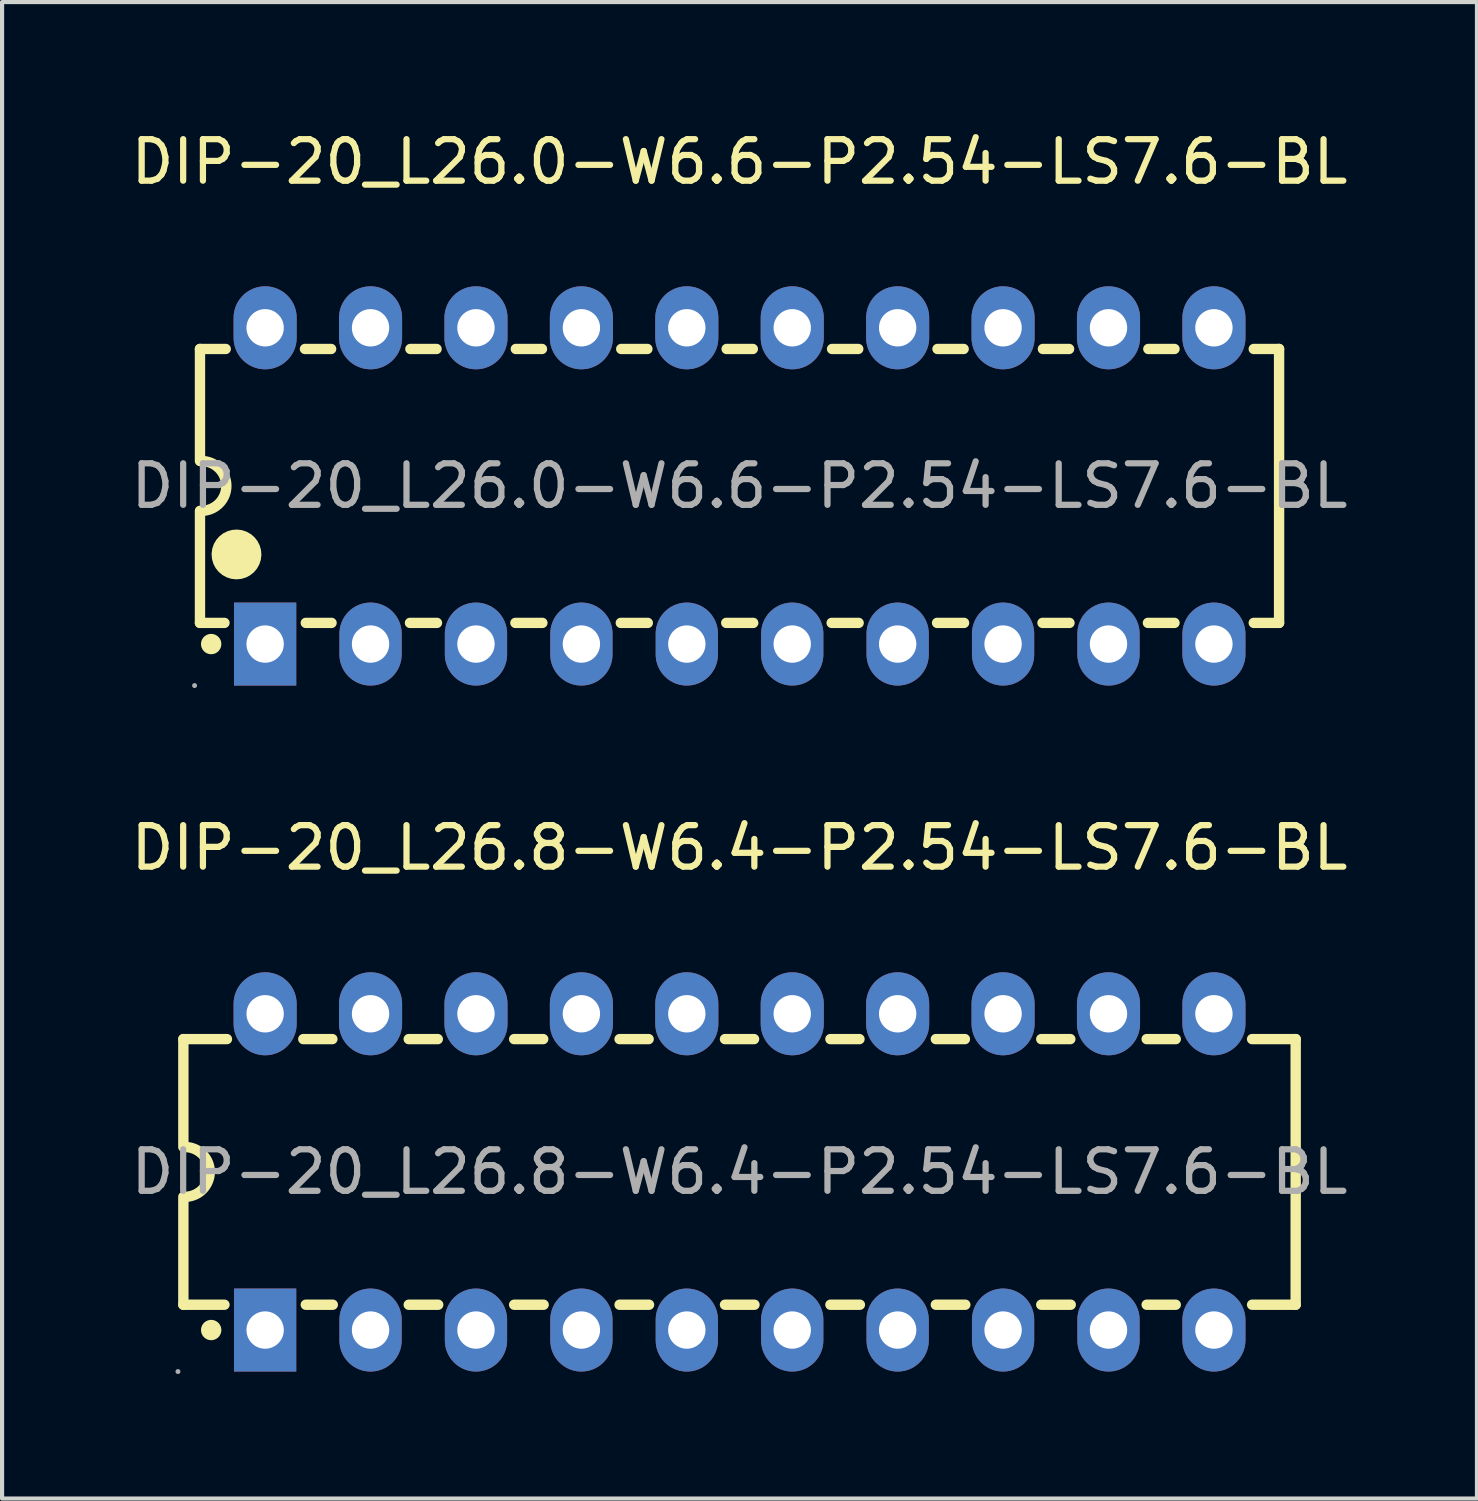
<source format=kicad_pcb>
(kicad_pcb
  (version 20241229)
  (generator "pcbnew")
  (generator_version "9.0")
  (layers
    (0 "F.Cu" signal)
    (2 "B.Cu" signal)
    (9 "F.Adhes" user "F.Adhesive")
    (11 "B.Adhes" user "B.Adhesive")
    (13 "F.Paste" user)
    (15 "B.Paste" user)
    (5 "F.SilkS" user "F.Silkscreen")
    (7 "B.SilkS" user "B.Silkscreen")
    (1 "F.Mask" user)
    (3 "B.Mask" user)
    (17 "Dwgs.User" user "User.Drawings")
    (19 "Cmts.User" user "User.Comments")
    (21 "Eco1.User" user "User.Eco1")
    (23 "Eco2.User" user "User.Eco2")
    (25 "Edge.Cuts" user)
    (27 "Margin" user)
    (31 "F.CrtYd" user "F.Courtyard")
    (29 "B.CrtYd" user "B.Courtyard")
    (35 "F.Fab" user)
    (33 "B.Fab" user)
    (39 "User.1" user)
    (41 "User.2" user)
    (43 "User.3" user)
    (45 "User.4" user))
  (footprint "DIP-20_L26.8-W6.4-P2.54-LS7.6-BL"
    (layer "F.Cu")
    (at 14.768 25.186)
    (property "Reference" "DIP-20_L26.8-W6.4-P2.54-LS7.6-BL" (at 0 -7.81 0) (layer "F.SilkS") (effects (font (size 1 1) (thickness 0.15))))
    (attr through_hole)
    (fp_line (start -13.4 -3.2) (end -12.35 -3.2) (stroke (width 0.25) (type solid)) (layer "F.SilkS"))
    (fp_line (start -13.4 -0.6) (end -13.4 -3.2) (stroke (width 0.25) (type solid)) (layer "F.SilkS"))
    (fp_line (start -13.4 3.2) (end -13.4 0.6) (stroke (width 0.25) (type solid)) (layer "F.SilkS"))
    (fp_line (start -13.4 3.2) (end -12.41 3.2) (stroke (width 0.25) (type solid)) (layer "F.SilkS"))
    (fp_line (start -10.51 -3.2) (end -9.81 -3.2) (stroke (width 0.25) (type solid)) (layer "F.SilkS"))
    (fp_line (start -10.45 3.2) (end -9.8 3.2) (stroke (width 0.25) (type solid)) (layer "F.SilkS"))
    (fp_line (start -7.97 -3.2) (end -7.27 -3.2) (stroke (width 0.25) (type solid)) (layer "F.SilkS"))
    (fp_line (start -7.97 3.2) (end -7.26 3.2) (stroke (width 0.25) (type solid)) (layer "F.SilkS"))
    (fp_line (start -5.43 -3.2) (end -4.73 -3.2) (stroke (width 0.25) (type solid)) (layer "F.SilkS"))
    (fp_line (start -5.43 3.2) (end -4.72 3.2) (stroke (width 0.25) (type solid)) (layer "F.SilkS"))
    (fp_line (start -2.89 -3.2) (end -2.19 -3.2) (stroke (width 0.25) (type solid)) (layer "F.SilkS"))
    (fp_line (start -2.89 3.2) (end -2.18 3.2) (stroke (width 0.25) (type solid)) (layer "F.SilkS"))
    (fp_line (start -0.35 -3.2) (end 0.35 -3.2) (stroke (width 0.25) (type solid)) (layer "F.SilkS"))
    (fp_line (start -0.35 3.2) (end 0.36 3.2) (stroke (width 0.25) (type solid)) (layer "F.SilkS"))
    (fp_line (start 2.19 -3.2) (end 2.89 -3.2) (stroke (width 0.25) (type solid)) (layer "F.SilkS"))
    (fp_line (start 2.19 3.2) (end 2.9 3.2) (stroke (width 0.25) (type solid)) (layer "F.SilkS"))
    (fp_line (start 4.73 -3.2) (end 5.43 -3.2) (stroke (width 0.25) (type solid)) (layer "F.SilkS"))
    (fp_line (start 4.73 3.2) (end 5.44 3.2) (stroke (width 0.25) (type solid)) (layer "F.SilkS"))
    (fp_line (start 7.27 -3.2) (end 7.97 -3.2) (stroke (width 0.25) (type solid)) (layer "F.SilkS"))
    (fp_line (start 7.27 3.2) (end 7.98 3.2) (stroke (width 0.25) (type solid)) (layer "F.SilkS"))
    (fp_line (start 9.81 -3.2) (end 10.51 -3.2) (stroke (width 0.25) (type solid)) (layer "F.SilkS"))
    (fp_line (start 9.81 3.2) (end 10.51 3.2) (stroke (width 0.25) (type solid)) (layer "F.SilkS"))
    (fp_line (start 12.35 -3.2) (end 13.4 -3.2) (stroke (width 0.25) (type solid)) (layer "F.SilkS"))
    (fp_line (start 12.35 3.2) (end 13.4 3.2) (stroke (width 0.25) (type solid)) (layer "F.SilkS"))
    (fp_line (start 13.4 -3.2) (end 13.4 3.2) (stroke (width 0.25) (type solid)) (layer "F.SilkS"))
    (fp_arc (start -13.37 -0.6) (mid -12.76 -0.01) (end -13.35 0.6) (stroke (width 0.25) (type solid)) (layer "F.SilkS"))
    (fp_arc (start -12.85 3.8) (mid -12.609687 3.814987) (end -12.850416 3.810034) (stroke (width 0.25) (type solid)) (layer "F.SilkS"))
    (fp_circle (center -13.53 4.81) (end -13.5 4.81) (stroke (width 0.06) (type solid)) (fill no) (layer "F.Fab"))
    (fp_circle (center -11.43 -3.81) (end -11.25 -3.81) (stroke (width 0.35) (type solid)) (fill no) (layer "F.Fab"))
    (fp_circle (center -11.43 3.81) (end -11.25 3.81) (stroke (width 0.35) (type solid)) (fill no) (layer "F.Fab"))
    (fp_circle (center -8.89 -3.81) (end -8.71 -3.81) (stroke (width 0.35) (type solid)) (fill no) (layer "F.Fab"))
    (fp_circle (center -8.89 3.81) (end -8.71 3.81) (stroke (width 0.35) (type solid)) (fill no) (layer "F.Fab"))
    (fp_circle (center -6.35 -3.81) (end -6.17 -3.81) (stroke (width 0.35) (type solid)) (fill no) (layer "F.Fab"))
    (fp_circle (center -6.35 3.81) (end -6.17 3.81) (stroke (width 0.35) (type solid)) (fill no) (layer "F.Fab"))
    (fp_circle (center -3.81 -3.81) (end -3.63 -3.81) (stroke (width 0.35) (type solid)) (fill no) (layer "F.Fab"))
    (fp_circle (center -3.81 3.81) (end -3.63 3.81) (stroke (width 0.35) (type solid)) (fill no) (layer "F.Fab"))
    (fp_circle (center -1.27 -3.81) (end -1.09 -3.81) (stroke (width 0.35) (type solid)) (fill no) (layer "F.Fab"))
    (fp_circle (center -1.27 3.81) (end -1.09 3.81) (stroke (width 0.35) (type solid)) (fill no) (layer "F.Fab"))
    (fp_circle (center 1.27 -3.81) (end 1.45 -3.81) (stroke (width 0.35) (type solid)) (fill no) (layer "F.Fab"))
    (fp_circle (center 1.27 3.81) (end 1.45 3.81) (stroke (width 0.35) (type solid)) (fill no) (layer "F.Fab"))
    (fp_circle (center 3.81 -3.81) (end 3.99 -3.81) (stroke (width 0.35) (type solid)) (fill no) (layer "F.Fab"))
    (fp_circle (center 3.81 3.81) (end 3.99 3.81) (stroke (width 0.35) (type solid)) (fill no) (layer "F.Fab"))
    (fp_circle (center 6.35 -3.81) (end 6.53 -3.81) (stroke (width 0.35) (type solid)) (fill no) (layer "F.Fab"))
    (fp_circle (center 6.35 3.81) (end 6.53 3.81) (stroke (width 0.35) (type solid)) (fill no) (layer "F.Fab"))
    (fp_circle (center 8.89 -3.81) (end 9.07 -3.81) (stroke (width 0.35) (type solid)) (fill no) (layer "F.Fab"))
    (fp_circle (center 8.89 3.81) (end 9.07 3.81) (stroke (width 0.35) (type solid)) (fill no) (layer "F.Fab"))
    (fp_circle (center 11.43 -3.81) (end 11.61 -3.81) (stroke (width 0.35) (type solid)) (fill no) (layer "F.Fab"))
    (fp_circle (center 11.43 3.81) (end 11.61 3.81) (stroke (width 0.35) (type solid)) (fill no) (layer "F.Fab"))
    (fp_text user "${REFERENCE}" (at 0 0 0) (layer "F.Fab") (effects (font (size 1 1) (thickness 0.15))))
    (pad "1" thru_hole rect (at -11.43 3.81 90) (size 2 1.5) (drill 0.9) (layers "*.Cu" "*.Paste" "*.Mask"))
    (pad "2" thru_hole oval (at -8.89 3.81 90) (size 2 1.5) (drill 0.9) (layers "*.Cu" "*.Paste" "*.Mask"))
    (pad "3" thru_hole oval (at -6.35 3.81 90) (size 2 1.5) (drill 0.9) (layers "*.Cu" "*.Paste" "*.Mask"))
    (pad "4" thru_hole oval (at -3.81 3.81 90) (size 2 1.5) (drill 0.9) (layers "*.Cu" "*.Paste" "*.Mask"))
    (pad "5" thru_hole oval (at -1.27 3.81 90) (size 2 1.5) (drill 0.9) (layers "*.Cu" "*.Paste" "*.Mask"))
    (pad "6" thru_hole oval (at 1.27 3.81 90) (size 2 1.5) (drill 0.9) (layers "*.Cu" "*.Paste" "*.Mask"))
    (pad "7" thru_hole oval (at 3.81 3.81 90) (size 2 1.5) (drill 0.9) (layers "*.Cu" "*.Paste" "*.Mask"))
    (pad "8" thru_hole oval (at 6.35 3.81 90) (size 2 1.5) (drill 0.9) (layers "*.Cu" "*.Paste" "*.Mask"))
    (pad "9" thru_hole oval (at 8.89 3.81 90) (size 2 1.5) (drill 0.9) (layers "*.Cu" "*.Paste" "*.Mask"))
    (pad "10" thru_hole oval (at 11.43 3.81 90) (size 2 1.52) (drill 0.9) (layers "*.Cu" "*.Paste" "*.Mask"))
    (pad "11" thru_hole oval (at 11.43 -3.81 90) (size 2 1.52) (drill 0.9) (layers "*.Cu" "*.Paste" "*.Mask"))
    (pad "12" thru_hole oval (at 8.89 -3.81 90) (size 2 1.52) (drill 0.9) (layers "*.Cu" "*.Paste" "*.Mask"))
    (pad "13" thru_hole oval (at 6.35 -3.81 90) (size 2 1.52) (drill 0.9) (layers "*.Cu" "*.Paste" "*.Mask"))
    (pad "14" thru_hole oval (at 3.81 -3.81 90) (size 2 1.52) (drill 0.9) (layers "*.Cu" "*.Paste" "*.Mask"))
    (pad "15" thru_hole oval (at 1.27 -3.81 90) (size 2 1.52) (drill 0.9) (layers "*.Cu" "*.Paste" "*.Mask"))
    (pad "16" thru_hole oval (at -1.27 -3.81 90) (size 2 1.52) (drill 0.9) (layers "*.Cu" "*.Paste" "*.Mask"))
    (pad "17" thru_hole oval (at -3.81 -3.81 90) (size 2 1.52) (drill 0.9) (layers "*.Cu" "*.Paste" "*.Mask"))
    (pad "18" thru_hole oval (at -6.35 -3.81 90) (size 2 1.52) (drill 0.9) (layers "*.Cu" "*.Paste" "*.Mask"))
    (pad "19" thru_hole oval (at -8.89 -3.81 90) (size 2 1.52) (drill 0.9) (layers "*.Cu" "*.Paste" "*.Mask"))
    (pad "20" thru_hole oval (at -11.43 -3.81 90) (size 2 1.52) (drill 0.9) (layers "*.Cu" "*.Paste" "*.Mask")))
  (footprint "DIP-20_L26.0-W6.6-P2.54-LS7.6-BL"
    (layer "F.Cu")
    (at 14.768 8.658)
    (property "Reference" "DIP-20_L26.0-W6.6-P2.54-LS7.6-BL" (at 0 -7.81 0) (layer "F.SilkS") (effects (font (size 1 1) (thickness 0.15))))
    (attr through_hole)
    (fp_line (start -13 -3.3) (end -12.38 -3.3) (stroke (width 0.25) (type solid)) (layer "F.SilkS"))
    (fp_line (start -13 -0.6) (end -13 -3.3) (stroke (width 0.25) (type solid)) (layer "F.SilkS"))
    (fp_line (start -13 3.3) (end -13 0.6) (stroke (width 0.25) (type solid)) (layer "F.SilkS"))
    (fp_line (start -13 3.3) (end -12.41 3.3) (stroke (width 0.25) (type solid)) (layer "F.SilkS"))
    (fp_line (start -10.47 -3.3) (end -9.84 -3.3) (stroke (width 0.25) (type solid)) (layer "F.SilkS"))
    (fp_line (start -10.45 3.3) (end -9.83 3.3) (stroke (width 0.25) (type solid)) (layer "F.SilkS"))
    (fp_line (start -7.94 3.3) (end -7.29 3.3) (stroke (width 0.25) (type solid)) (layer "F.SilkS"))
    (fp_line (start -7.93 -3.3) (end -7.3 -3.3) (stroke (width 0.25) (type solid)) (layer "F.SilkS"))
    (fp_line (start -5.4 3.3) (end -4.75 3.3) (stroke (width 0.25) (type solid)) (layer "F.SilkS"))
    (fp_line (start -5.39 -3.3) (end -4.76 -3.3) (stroke (width 0.25) (type solid)) (layer "F.SilkS"))
    (fp_line (start -2.86 3.3) (end -2.21 3.3) (stroke (width 0.25) (type solid)) (layer "F.SilkS"))
    (fp_line (start -2.85 -3.3) (end -2.22 -3.3) (stroke (width 0.25) (type solid)) (layer "F.SilkS"))
    (fp_line (start -0.32 3.3) (end 0.33 3.3) (stroke (width 0.25) (type solid)) (layer "F.SilkS"))
    (fp_line (start -0.31 -3.3) (end 0.32 -3.3) (stroke (width 0.25) (type solid)) (layer "F.SilkS"))
    (fp_line (start 2.22 3.3) (end 2.87 3.3) (stroke (width 0.25) (type solid)) (layer "F.SilkS"))
    (fp_line (start 2.23 -3.3) (end 2.86 -3.3) (stroke (width 0.25) (type solid)) (layer "F.SilkS"))
    (fp_line (start 4.76 3.3) (end 5.41 3.3) (stroke (width 0.25) (type solid)) (layer "F.SilkS"))
    (fp_line (start 4.77 -3.3) (end 5.4 -3.3) (stroke (width 0.25) (type solid)) (layer "F.SilkS"))
    (fp_line (start 7.3 3.3) (end 7.95 3.3) (stroke (width 0.25) (type solid)) (layer "F.SilkS"))
    (fp_line (start 7.31 -3.3) (end 7.94 -3.3) (stroke (width 0.25) (type solid)) (layer "F.SilkS"))
    (fp_line (start 9.84 3.3) (end 10.48 3.3) (stroke (width 0.25) (type solid)) (layer "F.SilkS"))
    (fp_line (start 9.85 -3.3) (end 10.48 -3.3) (stroke (width 0.25) (type solid)) (layer "F.SilkS"))
    (fp_line (start 12.39 -3.3) (end 13 -3.3) (stroke (width 0.25) (type solid)) (layer "F.SilkS"))
    (fp_line (start 12.39 3.3) (end 13 3.3) (stroke (width 0.25) (type solid)) (layer "F.SilkS"))
    (fp_line (start 13 -3.3) (end 13 3.3) (stroke (width 0.25) (type solid)) (layer "F.SilkS"))
    (fp_arc (start -12.97 -0.6) (mid -12.36 -0.01) (end -12.95 0.6) (stroke (width 0.25) (type solid)) (layer "F.SilkS"))
    (fp_arc (start -12.85 3.8) (mid -12.609687 3.814987) (end -12.850416 3.810034) (stroke (width 0.25) (type solid)) (layer "F.SilkS"))
    (fp_arc (start -12.42 1.64) (mid -11.819875 1.654999) (end -12.420167 1.650004) (stroke (width 0.6) (type solid)) (layer "F.SilkS"))
    (fp_circle (center -13.13 4.81) (end -13.1 4.81) (stroke (width 0.06) (type solid)) (fill no) (layer "F.Fab"))
    (fp_circle (center -11.43 -3.81) (end -11.25 -3.81) (stroke (width 0.35) (type solid)) (fill no) (layer "F.Fab"))
    (fp_circle (center -11.43 3.81) (end -11.25 3.81) (stroke (width 0.35) (type solid)) (fill no) (layer "F.Fab"))
    (fp_circle (center -8.89 -3.81) (end -8.71 -3.81) (stroke (width 0.35) (type solid)) (fill no) (layer "F.Fab"))
    (fp_circle (center -8.89 3.81) (end -8.71 3.81) (stroke (width 0.35) (type solid)) (fill no) (layer "F.Fab"))
    (fp_circle (center -6.35 -3.81) (end -6.17 -3.81) (stroke (width 0.35) (type solid)) (fill no) (layer "F.Fab"))
    (fp_circle (center -6.35 3.81) (end -6.17 3.81) (stroke (width 0.35) (type solid)) (fill no) (layer "F.Fab"))
    (fp_circle (center -3.81 -3.81) (end -3.63 -3.81) (stroke (width 0.35) (type solid)) (fill no) (layer "F.Fab"))
    (fp_circle (center -3.81 3.81) (end -3.63 3.81) (stroke (width 0.35) (type solid)) (fill no) (layer "F.Fab"))
    (fp_circle (center -1.27 -3.81) (end -1.09 -3.81) (stroke (width 0.35) (type solid)) (fill no) (layer "F.Fab"))
    (fp_circle (center -1.27 3.81) (end -1.09 3.81) (stroke (width 0.35) (type solid)) (fill no) (layer "F.Fab"))
    (fp_circle (center 1.27 -3.81) (end 1.45 -3.81) (stroke (width 0.35) (type solid)) (fill no) (layer "F.Fab"))
    (fp_circle (center 1.27 3.81) (end 1.45 3.81) (stroke (width 0.35) (type solid)) (fill no) (layer "F.Fab"))
    (fp_circle (center 3.81 -3.81) (end 3.99 -3.81) (stroke (width 0.35) (type solid)) (fill no) (layer "F.Fab"))
    (fp_circle (center 3.81 3.81) (end 3.99 3.81) (stroke (width 0.35) (type solid)) (fill no) (layer "F.Fab"))
    (fp_circle (center 6.35 -3.81) (end 6.53 -3.81) (stroke (width 0.35) (type solid)) (fill no) (layer "F.Fab"))
    (fp_circle (center 6.35 3.81) (end 6.53 3.81) (stroke (width 0.35) (type solid)) (fill no) (layer "F.Fab"))
    (fp_circle (center 8.89 -3.81) (end 9.07 -3.81) (stroke (width 0.35) (type solid)) (fill no) (layer "F.Fab"))
    (fp_circle (center 8.89 3.81) (end 9.07 3.81) (stroke (width 0.35) (type solid)) (fill no) (layer "F.Fab"))
    (fp_circle (center 11.43 -3.81) (end 11.61 -3.81) (stroke (width 0.35) (type solid)) (fill no) (layer "F.Fab"))
    (fp_circle (center 11.43 3.81) (end 11.61 3.81) (stroke (width 0.35) (type solid)) (fill no) (layer "F.Fab"))
    (fp_text user "${REFERENCE}" (at 0 0 0) (layer "F.Fab") (effects (font (size 1 1) (thickness 0.15))))
    (pad "1" thru_hole rect (at -11.43 3.81 90) (size 2 1.5) (drill 0.9) (layers "*.Cu" "*.Paste" "*.Mask"))
    (pad "2" thru_hole oval (at -8.89 3.81 90) (size 2 1.5) (drill 0.9) (layers "*.Cu" "*.Paste" "*.Mask"))
    (pad "3" thru_hole oval (at -6.35 3.81 90) (size 2 1.5) (drill 0.9) (layers "*.Cu" "*.Paste" "*.Mask"))
    (pad "4" thru_hole oval (at -3.81 3.81 90) (size 2 1.5) (drill 0.9) (layers "*.Cu" "*.Paste" "*.Mask"))
    (pad "5" thru_hole oval (at -1.27 3.81 90) (size 2 1.5) (drill 0.9) (layers "*.Cu" "*.Paste" "*.Mask"))
    (pad "6" thru_hole oval (at 1.27 3.81 90) (size 2 1.5) (drill 0.9) (layers "*.Cu" "*.Paste" "*.Mask"))
    (pad "7" thru_hole oval (at 3.81 3.81 90) (size 2 1.5) (drill 0.9) (layers "*.Cu" "*.Paste" "*.Mask"))
    (pad "8" thru_hole oval (at 6.35 3.81 90) (size 2 1.5) (drill 0.9) (layers "*.Cu" "*.Paste" "*.Mask"))
    (pad "9" thru_hole oval (at 8.89 3.81 90) (size 2 1.5) (drill 0.9) (layers "*.Cu" "*.Paste" "*.Mask"))
    (pad "10" thru_hole oval (at 11.43 3.81 90) (size 2 1.52) (drill 0.9) (layers "*.Cu" "*.Paste" "*.Mask"))
    (pad "11" thru_hole oval (at 11.43 -3.81 90) (size 2 1.52) (drill 0.9) (layers "*.Cu" "*.Paste" "*.Mask"))
    (pad "12" thru_hole oval (at 8.89 -3.81 90) (size 2 1.52) (drill 0.9) (layers "*.Cu" "*.Paste" "*.Mask"))
    (pad "13" thru_hole oval (at 6.35 -3.81 90) (size 2 1.52) (drill 0.9) (layers "*.Cu" "*.Paste" "*.Mask"))
    (pad "14" thru_hole oval (at 3.81 -3.81 90) (size 2 1.52) (drill 0.9) (layers "*.Cu" "*.Paste" "*.Mask"))
    (pad "15" thru_hole oval (at 1.27 -3.81 90) (size 2 1.52) (drill 0.9) (layers "*.Cu" "*.Paste" "*.Mask"))
    (pad "16" thru_hole oval (at -1.27 -3.81 90) (size 2 1.52) (drill 0.9) (layers "*.Cu" "*.Paste" "*.Mask"))
    (pad "17" thru_hole oval (at -3.81 -3.81 90) (size 2 1.52) (drill 0.9) (layers "*.Cu" "*.Paste" "*.Mask"))
    (pad "18" thru_hole oval (at -6.35 -3.81 90) (size 2 1.52) (drill 0.9) (layers "*.Cu" "*.Paste" "*.Mask"))
    (pad "19" thru_hole oval (at -8.89 -3.81 90) (size 2 1.52) (drill 0.9) (layers "*.Cu" "*.Paste" "*.Mask"))
    (pad "20" thru_hole oval (at -11.43 -3.81 90) (size 2 1.52) (drill 0.9) (layers "*.Cu" "*.Paste" "*.Mask")))
  (gr_rect
    (start -3 -3)
    (end 32.536 33.056)
    (stroke (width 0.1) (type default))
    (fill no)
    (layer "Edge.Cuts")))
</source>
